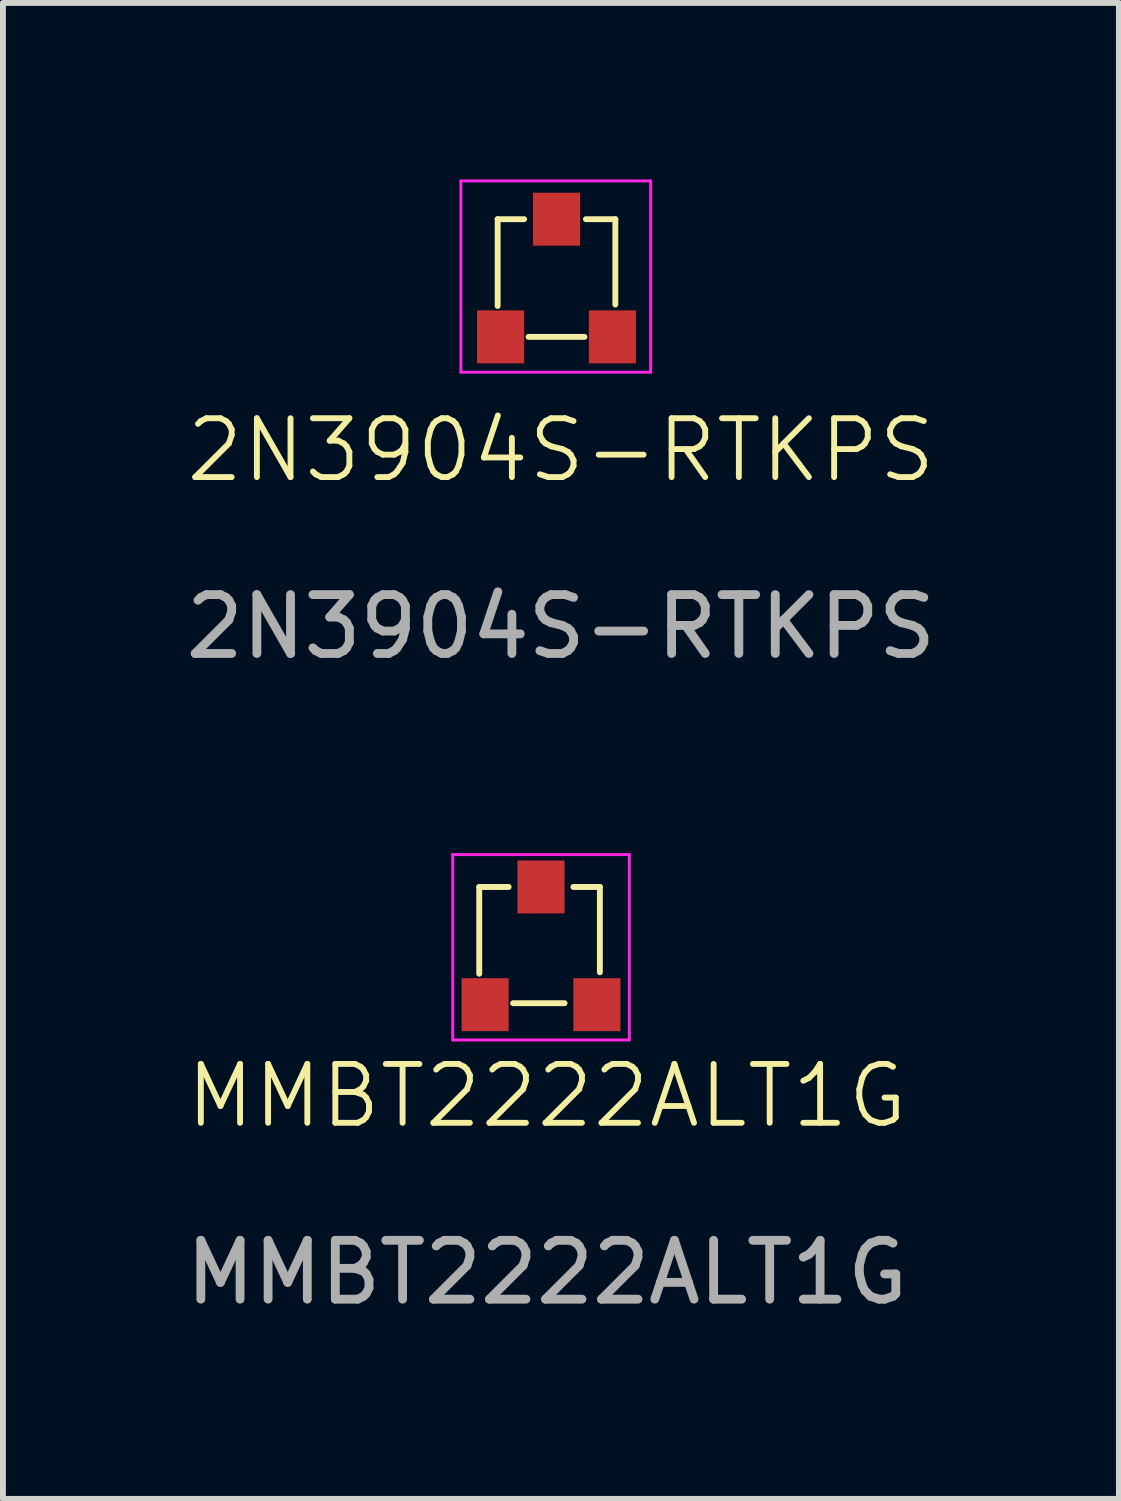
<source format=kicad_pcb>
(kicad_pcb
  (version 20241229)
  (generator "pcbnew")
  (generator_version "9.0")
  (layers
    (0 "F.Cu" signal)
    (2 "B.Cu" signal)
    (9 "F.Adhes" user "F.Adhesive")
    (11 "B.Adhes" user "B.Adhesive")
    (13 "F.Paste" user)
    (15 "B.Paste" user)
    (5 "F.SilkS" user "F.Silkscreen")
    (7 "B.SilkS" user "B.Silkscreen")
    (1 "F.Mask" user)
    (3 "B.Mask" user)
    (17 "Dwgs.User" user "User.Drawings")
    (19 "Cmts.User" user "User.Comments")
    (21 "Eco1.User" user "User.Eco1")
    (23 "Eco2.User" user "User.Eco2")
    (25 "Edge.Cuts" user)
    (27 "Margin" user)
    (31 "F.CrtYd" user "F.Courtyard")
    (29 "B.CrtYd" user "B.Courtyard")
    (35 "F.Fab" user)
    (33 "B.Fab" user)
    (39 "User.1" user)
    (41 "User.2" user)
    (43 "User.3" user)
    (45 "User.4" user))
  (footprint "MMBT2222ALT1G"
    (layer "F.Cu")
    (at 6.144 12.023)
    (property "Reference" "MMBT2222ALT1G" (at 0.1 3.55 0) (unlocked yes) (layer "F.SilkS") (effects (font (size 1 1) (thickness 0.1))))
    (attr smd)
    (fp_line (start -1.05 0) (end -1.05 1.475) (stroke (width 0.1) (type default)) (layer "F.SilkS"))
    (fp_line (start -0.55 0) (end -1.05 0) (stroke (width 0.1) (type default)) (layer "F.SilkS"))
    (fp_line (start -0.475 1.975) (end 0.4 1.975) (stroke (width 0.1) (type default)) (layer "F.SilkS"))
    (fp_line (start 0.55 0) (end 1 0) (stroke (width 0.1) (type default)) (layer "F.SilkS"))
    (fp_line (start 1 0) (end 1 1.45) (stroke (width 0.1) (type default)) (layer "F.SilkS"))
    (fp_line (start -1.5 -0.55) (end -1.5 2.6) (stroke (width 0.05) (type default)) (layer "F.CrtYd"))
    (fp_line (start -1.5 -0.55) (end 1.5 -0.55) (stroke (width 0.05) (type default)) (layer "F.CrtYd"))
    (fp_line (start -1.5 2.6) (end 1.5 2.6) (stroke (width 0.05) (type default)) (layer "F.CrtYd"))
    (fp_line (start 1.5 -0.55) (end 1.5 2.6) (stroke (width 0.05) (type default)) (layer "F.CrtYd"))
    (fp_text user "${REFERENCE}" (at 0.1 6.55 0) (unlocked yes) (layer "F.Fab") (effects (font (size 1 1) (thickness 0.15))))
    (pad "1" smd rect (at -0.95 2) (size 0.8 0.9) (layers "F.Cu" "F.Mask" "F.Paste"))
    (pad "2" smd rect (at 0.95 2) (size 0.8 0.9) (layers "F.Cu" "F.Mask" "F.Paste"))
    (pad "3" smd rect (at 0 0 180) (size 0.8 0.9) (layers "F.Cu" "F.Mask" "F.Paste")))
  (footprint "2N3904S-RTKPS"
    (layer "F.Cu")
    (at 6.482 5.1)
    (property "Reference" "2N3904S-RTKPS" (at 0 -0.5 0) (unlocked yes) (layer "F.SilkS") (effects (font (size 1 1) (thickness 0.1))))
    (attr smd)
    (fp_line (start -1.075 -4.425) (end -0.625 -4.425) (stroke (width 0.1) (type default)) (layer "F.SilkS"))
    (fp_line (start -1.075 -2.95) (end -1.075 -4.425) (stroke (width 0.1) (type default)) (layer "F.SilkS"))
    (fp_line (start 0.4 -2.425) (end -0.55 -2.425) (stroke (width 0.1) (type default)) (layer "F.SilkS"))
    (fp_line (start 0.425 -4.425) (end 0.925 -4.425) (stroke (width 0.1) (type default)) (layer "F.SilkS"))
    (fp_line (start 0.925 -4.425) (end 0.925 -2.975) (stroke (width 0.1) (type default)) (layer "F.SilkS"))
    (fp_line (start -1.7 -5.075) (end -1.7 -1.825) (stroke (width 0.05) (type default)) (layer "F.CrtYd"))
    (fp_line (start -1.7 -1.825) (end 1.525 -1.825) (stroke (width 0.05) (type default)) (layer "F.CrtYd"))
    (fp_line (start 1.525 -5.075) (end -1.7 -5.075) (stroke (width 0.05) (type default)) (layer "F.CrtYd"))
    (fp_line (start 1.525 -1.825) (end 1.525 -5.075) (stroke (width 0.05) (type default)) (layer "F.CrtYd"))
    (fp_text user "${REFERENCE}" (at 0 2.5 0) (unlocked yes) (layer "F.Fab") (effects (font (size 1 1) (thickness 0.15))))
    (pad "1" smd rect (at -1.025 -2.425) (size 0.8 0.9) (layers "F.Cu" "F.Mask" "F.Paste"))
    (pad "2" smd rect (at 0.875 -2.425 90) (size 0.9 0.8) (layers "F.Cu" "F.Mask" "F.Paste"))
    (pad "3" smd rect (at -0.075 -4.425) (size 0.8 0.9) (layers "F.Cu" "F.Mask" "F.Paste")))
  (gr_rect
    (start -3 -3)
    (end 15.964 22.422)
    (stroke (width 0.1) (type default))
    (fill no)
    (layer "Edge.Cuts")))
</source>
